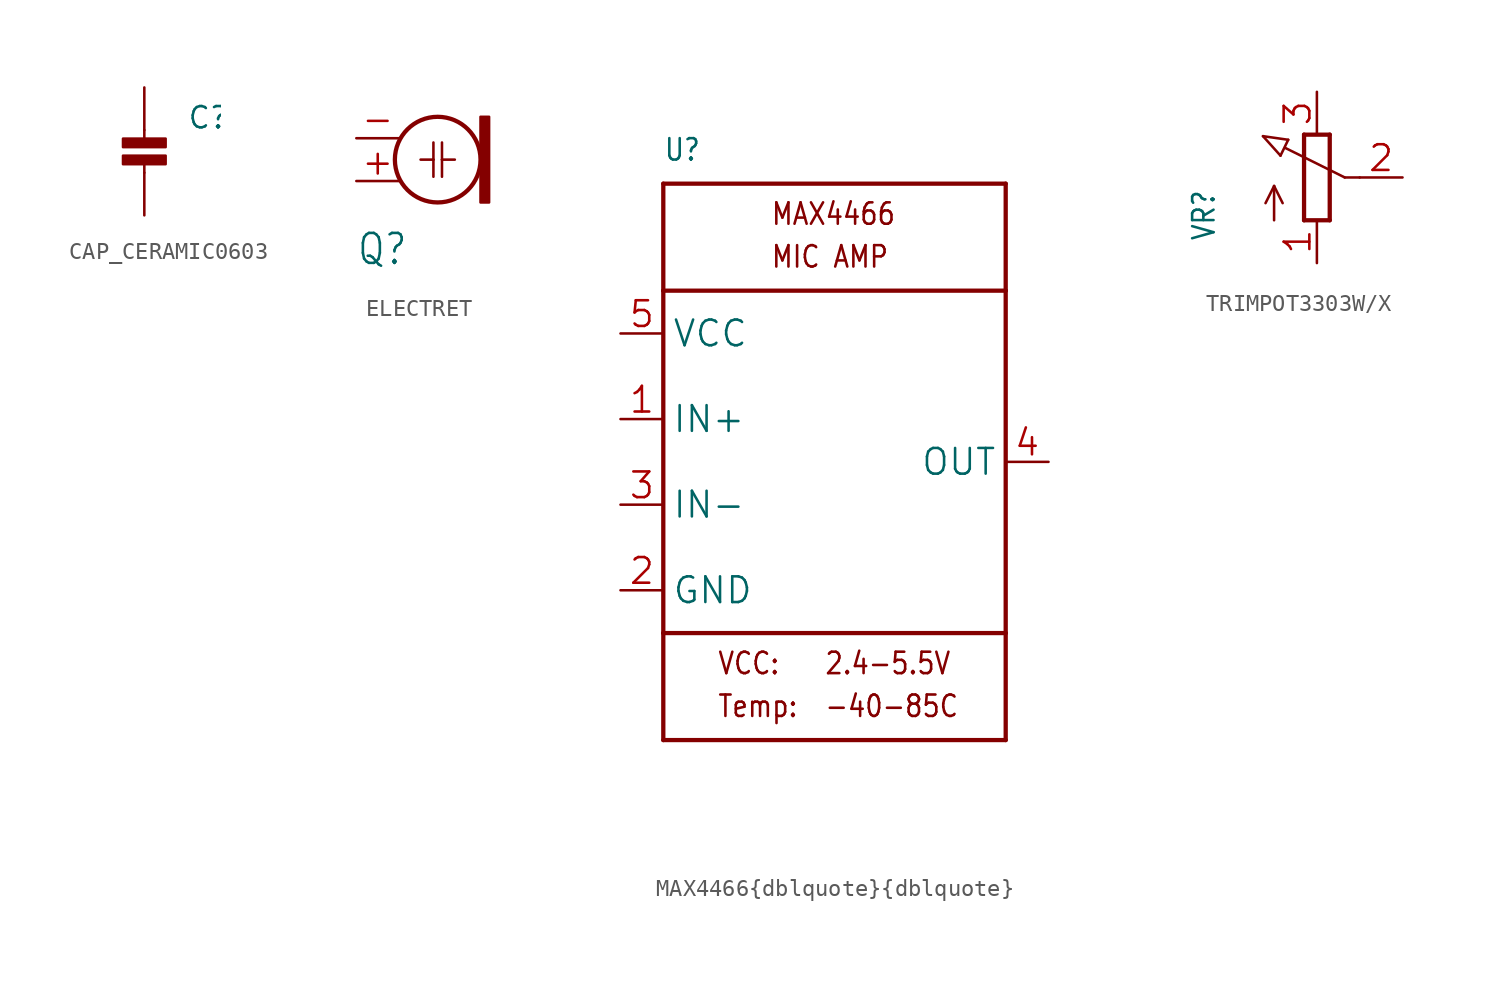
<source format=kicad_sym>
(kicad_symbol_lib
  (version 20241209)
  (generator "kicad_symbol_editor")
  (generator_version "9.0")
  (symbol "CAP_CERAMIC0603"
    (property "Reference" "C"
      (at 2.54 2.54 0)
      (effects (font (size 1.27 1.27)) (justify left bottom)))
    (property "Value" ""
      (at 2.54 0 0)
      (effects (font (size 1.27 1.27)) (justify left bottom)))
    (property "ki_locked" ""
      (at 0 0 0)
      (effects (font (size 1.27 1.27))))
    (symbol "CAP_CERAMIC0603_1_0"
      (rectangle (start -1.27 1.524) (end 1.27 2.032) (stroke (width 0) (type default)) (fill (type outline)))
      (rectangle (start -1.27 0.508) (end 1.27 1.016) (stroke (width 0) (type default)) (fill (type outline)))
      (polyline (pts (xy 0 2.54) (xy 0 1.778)) (stroke (width 0.152) (type solid)) (fill (type none)))
      (polyline (pts (xy 0 0.762) (xy 0 0)) (stroke (width 0.152) (type solid)) (fill (type none)))
      (pin passive line (at 0 5.08 270) (length 2.54) (name "P$1" (effects (font (size 0 0)))) (number "1" (effects (font (size 0 0)))))
      (pin passive line (at 0 -2.54 90) (length 2.54) (name "P$2" (effects (font (size 0 0)))) (number "2" (effects (font (size 0 0)))))))
  (symbol "ELECTRET"
    (property "Reference" "Q"
      (at -2.54 -7.62 0)
      (effects (font (size 1.778 1.511)) (justify left bottom)))
    (property "Value" ""
      (at -2.54 2.54 0)
      (effects (font (size 1.778 1.511)) (justify left bottom)))
    (property "ki_locked" ""
      (at 0 0 0)
      (effects (font (size 1.27 1.27))))
    (symbol "ELECTRET_1_0"
      (polyline (pts (xy 1.27 -1.27) (xy 2.032 -1.27)) (stroke (width 0.152) (type solid)) (fill (type none)))
      (polyline (pts (xy 2.032 -0.254) (xy 2.032 -1.27)) (stroke (width 0.152) (type solid)) (fill (type none)))
      (polyline (pts (xy 2.032 -1.27) (xy 2.032 -2.286)) (stroke (width 0.152) (type solid)) (fill (type none)))
      (circle (center 2.286 -1.27) (radius 2.54) (stroke (width 0.254) (type solid)) (fill (type none)))
      (polyline (pts (xy 2.54 -0.254) (xy 2.54 -1.27)) (stroke (width 0.152) (type solid)) (fill (type none)))
      (polyline (pts (xy 2.54 -1.27) (xy 2.54 -2.286)) (stroke (width 0.152) (type solid)) (fill (type none)))
      (polyline (pts (xy 2.54 -1.27) (xy 3.302 -1.27)) (stroke (width 0.152) (type solid)) (fill (type none)))
      (rectangle (start 4.826 -3.81) (end 5.334 1.27) (stroke (width 0) (type default)) (fill (type outline)))
      (pin passive line (at -2.54 0 0) (length 2.54) (name "1" (effects (font (size 0 0)))) (number "-" (effects (font (size 1.524 1.524)))))
      (pin passive line (at -2.54 -2.54 0) (length 2.54) (name "2" (effects (font (size 0 0)))) (number "+" (effects (font (size 1.524 1.524)))))))
  (symbol "MAX4466{dblquote}{dblquote}"
    (property "Reference" "U"
      (at -10.16 17.78 0)
      (effects (font (size 1.27 1.079)) (justify left bottom)))
    (property "Value" ""
      (at -10.16 -20.32 0)
      (effects (font (size 1.27 1.079)) (justify left bottom)))
    (property "ki_locked" ""
      (at 0 0 0)
      (effects (font (size 1.27 1.27))))
    (symbol "MAX4466{dblquote}{dblquote}_1_0"
      (polyline (pts (xy -10.16 16.51) (xy -10.16 10.16)) (stroke (width 0.254) (type solid)) (fill (type none)))
      (polyline (pts (xy -10.16 16.51) (xy 10.16 16.51)) (stroke (width 0.254) (type solid)) (fill (type none)))
      (polyline (pts (xy -10.16 10.16) (xy 10.16 10.16)) (stroke (width 0.254) (type solid)) (fill (type none)))
      (polyline (pts (xy -10.16 -10.16) (xy -10.16 10.16)) (stroke (width 0.254) (type solid)) (fill (type none)))
      (polyline (pts (xy -10.16 -10.16) (xy -10.16 -16.51)) (stroke (width 0.254) (type solid)) (fill (type none)))
      (polyline (pts (xy -10.16 -16.51) (xy 10.16 -16.51)) (stroke (width 0.254) (type solid)) (fill (type none)))
      (polyline (pts (xy 10.16 16.51) (xy 10.16 10.16)) (stroke (width 0.254) (type solid)) (fill (type none)))
      (polyline (pts (xy 10.16 10.16) (xy 10.16 -10.16)) (stroke (width 0.254) (type solid)) (fill (type none)))
      (polyline (pts (xy 10.16 -10.16) (xy -10.16 -10.16)) (stroke (width 0.254) (type solid)) (fill (type none)))
      (polyline (pts (xy 10.16 -16.51) (xy 10.16 -10.16)) (stroke (width 0.254) (type solid)) (fill (type none)))
      (text "VCC:" (at -6.985 -12.7 0) (effects (font (size 1.27 1.079)) (justify left bottom)))
      (text "Temp:" (at -6.985 -15.24 0) (effects (font (size 1.27 1.079)) (justify left bottom)))
      (text "MAX4466" (at -3.81 13.97 0) (effects (font (size 1.27 1.079)) (justify left bottom)))
      (text "MIC AMP" (at -3.81 11.43 0) (effects (font (size 1.27 1.079)) (justify left bottom)))
      (text "2.4-5.5V" (at -0.635 -12.7 0) (effects (font (size 1.27 1.079)) (justify left bottom)))
      (text "-40-85C" (at -0.635 -15.24 0) (effects (font (size 1.27 1.079)) (justify left bottom)))
      (pin bidirectional line (at -12.7 7.62 0) (length 2.54) (name "VCC" (effects (font (size 1.524 1.524)))) (number "5" (effects (font (size 1.524 1.524)))))
      (pin bidirectional line (at -12.7 2.54 0) (length 2.54) (name "IN+" (effects (font (size 1.524 1.524)))) (number "1" (effects (font (size 1.524 1.524)))))
      (pin bidirectional line (at -12.7 -2.54 0) (length 2.54) (name "IN-" (effects (font (size 1.524 1.524)))) (number "3" (effects (font (size 1.524 1.524)))))
      (pin bidirectional line (at -12.7 -7.62 0) (length 2.54) (name "GND" (effects (font (size 1.524 1.524)))) (number "2" (effects (font (size 1.524 1.524)))))
      (pin bidirectional line (at 12.7 0 180) (length 2.54) (name "OUT" (effects (font (size 1.524 1.524)))) (number "4" (effects (font (size 1.524 1.524)))))))
  (symbol "TRIMPOT3303W/X"
    (property "Reference" "VR"
      (at -5.969 -3.81 90)
      (effects (font (size 1.27 1.079)) (justify left bottom)))
    (property "Value" ""
      (at -3.81 -3.81 90)
      (effects (font (size 1.27 1.079)) (justify left bottom)))
    (property "ki_locked" ""
      (at 0 0 0)
      (effects (font (size 1.27 1.27))))
    (symbol "TRIMPOT3303W/X_1_0"
      (polyline (pts (xy -3.199 2.45) (xy -1.702 2.235)) (stroke (width 0.152) (type solid)) (fill (type none)))
      (polyline (pts (xy -2.54 -0.508) (xy -3.048 -1.524)) (stroke (width 0.152) (type solid)) (fill (type none)))
      (polyline (pts (xy -2.54 -0.508) (xy -2.032 -1.524)) (stroke (width 0.152) (type solid)) (fill (type none)))
      (polyline (pts (xy -2.54 -2.54) (xy -2.54 -0.508)) (stroke (width 0.152) (type solid)) (fill (type none)))
      (polyline (pts (xy -2.16 1.294) (xy -3.199 2.45)) (stroke (width 0.152) (type solid)) (fill (type none)))
      (polyline (pts (xy -2.16 1.294) (xy -1.702 2.235)) (stroke (width 0.152) (type solid)) (fill (type none)))
      (polyline (pts (xy -0.762 2.54) (xy -0.762 -2.54)) (stroke (width 0.254) (type solid)) (fill (type none)))
      (polyline (pts (xy -0.762 -2.54) (xy 0.762 -2.54)) (stroke (width 0.254) (type solid)) (fill (type none)))
      (polyline (pts (xy 0.762 2.54) (xy -0.762 2.54)) (stroke (width 0.254) (type solid)) (fill (type none)))
      (polyline (pts (xy 0.762 -2.54) (xy 0.762 2.54)) (stroke (width 0.254) (type solid)) (fill (type none)))
      (polyline (pts (xy 1.651 0) (xy -1.88 1.753)) (stroke (width 0.152) (type solid)) (fill (type none)))
      (polyline (pts (xy 2.54 0) (xy 1.651 0)) (stroke (width 0.152) (type solid)) (fill (type none)))
      (pin passive line (at 0 5.08 270) (length 2.54) (name "E" (effects (font (size 0 0)))) (number "3" (effects (font (size 1.524 1.524)))))
      (pin passive line (at 0 -5.08 90) (length 2.54) (name "A" (effects (font (size 0 0)))) (number "1" (effects (font (size 1.524 1.524)))))
      (pin passive line (at 5.08 0 180) (length 2.54) (name "S" (effects (font (size 0 0)))) (number "2" (effects (font (size 1.524 1.524))))))))
</source>
